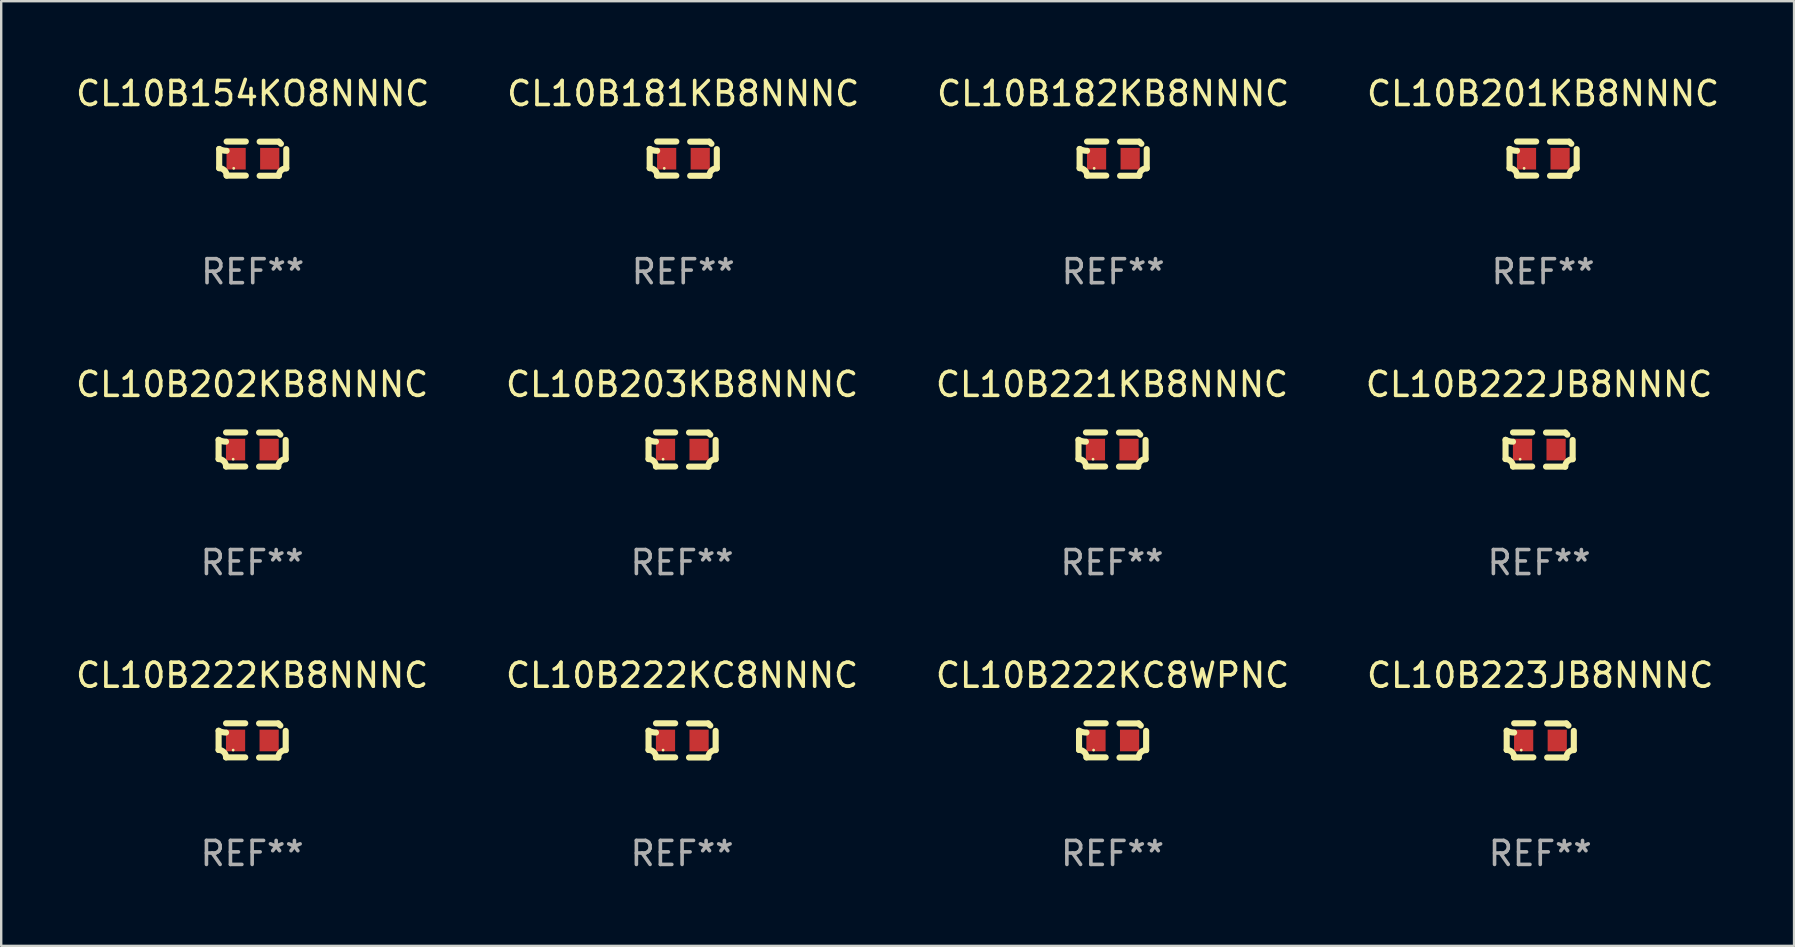
<source format=kicad_pcb>
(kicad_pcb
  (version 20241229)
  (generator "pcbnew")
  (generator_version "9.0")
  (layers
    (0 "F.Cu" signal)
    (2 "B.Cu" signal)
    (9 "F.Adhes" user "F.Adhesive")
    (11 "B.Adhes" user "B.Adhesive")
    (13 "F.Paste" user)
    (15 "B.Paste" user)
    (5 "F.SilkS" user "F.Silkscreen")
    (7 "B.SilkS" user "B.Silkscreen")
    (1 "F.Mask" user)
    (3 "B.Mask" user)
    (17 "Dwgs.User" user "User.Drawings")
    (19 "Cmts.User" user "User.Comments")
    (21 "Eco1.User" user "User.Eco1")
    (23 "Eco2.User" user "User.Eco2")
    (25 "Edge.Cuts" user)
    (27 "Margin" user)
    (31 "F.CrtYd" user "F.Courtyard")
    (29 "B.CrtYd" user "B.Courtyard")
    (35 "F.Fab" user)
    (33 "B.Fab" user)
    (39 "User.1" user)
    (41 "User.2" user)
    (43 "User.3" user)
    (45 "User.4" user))
  (footprint "CL10B222KC8NNNC"
    (layer "F.Cu")
    (at 25.375 27.805)
    (property "Reference" "CL10B222KC8NNNC" (at 0 -2.713 0) (layer "F.SilkS") (effects (font (size 1 1) (thickness 0.15))))
    (attr through_hole)
    (fp_line (start -1.398 -0.403) (end -1.398 0.397) (stroke (width 0.254) (type solid)) (layer "F.SilkS"))
    (fp_line (start -0.288 -0.713) (end -1.088 -0.713) (stroke (width 0.254) (type solid)) (layer "F.SilkS"))
    (fp_line (start -0.288 0.707) (end -1.088 0.707) (stroke (width 0.254) (type solid)) (layer "F.SilkS"))
    (fp_line (start 0.288 -0.707) (end 1.088 -0.707) (stroke (width 0.254) (type solid)) (layer "F.SilkS"))
    (fp_line (start 0.288 0.713) (end 1.088 0.713) (stroke (width 0.254) (type solid)) (layer "F.SilkS"))
    (fp_line (start 1.398 -0.397) (end 1.398 0.403) (stroke (width 0.254) (type solid)) (layer "F.SilkS"))
    (fp_arc (start -1.397789 0.397066) (mid -1.178701 0.487826) (end -1.08796 0.706922) (stroke (width 0.254001) (type solid)) (layer "F.SilkS"))
    (fp_arc (start -1.08796 -0.327176) (mid -1.247436 -0.346384) (end -1.39779 -0.402908) (stroke (width 0.254001) (type solid)) (layer "F.SilkS"))
    (fp_arc (start 1.087909 0.712738) (mid 1.178656 0.493655) (end 1.397739 0.402908) (stroke (width 0.254001) (type solid)) (layer "F.SilkS"))
    (fp_arc (start 1.175925 -0.618926) (mid 1.131917 -0.662923) (end 1.08791 -0.706922) (stroke (width 0.254001) (type solid)) (layer "F.SilkS"))
    (fp_circle (center -0.792 0.403) (end -0.762 0.403) (stroke (width 0.06) (type solid)) (fill no) (layer "F.SilkS"))
    (fp_text user "REF**" (at 0 4.713 0) (layer "F.Fab") (effects (font (size 1 1) (thickness 0.15))))
    (pad "1" smd rect (at -0.692 0.003) (size 0.8 0.9) (layers "F.Cu" "F.Mask" "F.Paste"))
    (pad "2" smd rect (at 0.708 0.003) (size 0.8 0.9) (layers "F.Cu" "F.Mask" "F.Paste")))
  (footprint "CL10B222KB8NNNC"
    (layer "F.Cu")
    (at 7.458 27.805)
    (property "Reference" "CL10B222KB8NNNC" (at 0 -2.713 0) (layer "F.SilkS") (effects (font (size 1 1) (thickness 0.15))))
    (attr through_hole)
    (fp_line (start -1.398 -0.403) (end -1.398 0.397) (stroke (width 0.254) (type solid)) (layer "F.SilkS"))
    (fp_line (start -0.288 -0.713) (end -1.088 -0.713) (stroke (width 0.254) (type solid)) (layer "F.SilkS"))
    (fp_line (start -0.288 0.707) (end -1.088 0.707) (stroke (width 0.254) (type solid)) (layer "F.SilkS"))
    (fp_line (start 0.288 -0.707) (end 1.088 -0.707) (stroke (width 0.254) (type solid)) (layer "F.SilkS"))
    (fp_line (start 0.288 0.713) (end 1.088 0.713) (stroke (width 0.254) (type solid)) (layer "F.SilkS"))
    (fp_line (start 1.398 -0.397) (end 1.398 0.403) (stroke (width 0.254) (type solid)) (layer "F.SilkS"))
    (fp_arc (start -1.397789 0.397066) (mid -1.178701 0.487826) (end -1.08796 0.706922) (stroke (width 0.254001) (type solid)) (layer "F.SilkS"))
    (fp_arc (start -1.08796 -0.327176) (mid -1.247436 -0.346384) (end -1.39779 -0.402908) (stroke (width 0.254001) (type solid)) (layer "F.SilkS"))
    (fp_arc (start 1.087909 0.712738) (mid 1.178656 0.493655) (end 1.397739 0.402908) (stroke (width 0.254001) (type solid)) (layer "F.SilkS"))
    (fp_arc (start 1.175925 -0.618926) (mid 1.131917 -0.662923) (end 1.08791 -0.706922) (stroke (width 0.254001) (type solid)) (layer "F.SilkS"))
    (fp_circle (center -0.792 0.403) (end -0.762 0.403) (stroke (width 0.06) (type solid)) (fill no) (layer "F.SilkS"))
    (fp_text user "REF**" (at 0 4.713 0) (layer "F.Fab") (effects (font (size 1 1) (thickness 0.15))))
    (pad "1" smd rect (at -0.692 0.003) (size 0.8 0.9) (layers "F.Cu" "F.Mask" "F.Paste"))
    (pad "2" smd rect (at 0.708 0.003) (size 0.8 0.9) (layers "F.Cu" "F.Mask" "F.Paste")))
  (footprint "CL10B181KB8NNNC"
    (layer "F.Cu")
    (at 25.423 3.561)
    (property "Reference" "CL10B181KB8NNNC" (at 0 -2.713 0) (layer "F.SilkS") (effects (font (size 1 1) (thickness 0.15))))
    (attr through_hole)
    (fp_line (start -1.398 -0.403) (end -1.398 0.397) (stroke (width 0.254) (type solid)) (layer "F.SilkS"))
    (fp_line (start -0.288 -0.713) (end -1.088 -0.713) (stroke (width 0.254) (type solid)) (layer "F.SilkS"))
    (fp_line (start -0.288 0.707) (end -1.088 0.707) (stroke (width 0.254) (type solid)) (layer "F.SilkS"))
    (fp_line (start 0.288 -0.707) (end 1.088 -0.707) (stroke (width 0.254) (type solid)) (layer "F.SilkS"))
    (fp_line (start 0.288 0.713) (end 1.088 0.713) (stroke (width 0.254) (type solid)) (layer "F.SilkS"))
    (fp_line (start 1.398 -0.397) (end 1.398 0.403) (stroke (width 0.254) (type solid)) (layer "F.SilkS"))
    (fp_arc (start -1.397789 0.397066) (mid -1.178701 0.487826) (end -1.08796 0.706922) (stroke (width 0.254001) (type solid)) (layer "F.SilkS"))
    (fp_arc (start -1.08796 -0.327176) (mid -1.247436 -0.346384) (end -1.39779 -0.402908) (stroke (width 0.254001) (type solid)) (layer "F.SilkS"))
    (fp_arc (start 1.087909 0.712738) (mid 1.178656 0.493655) (end 1.397739 0.402908) (stroke (width 0.254001) (type solid)) (layer "F.SilkS"))
    (fp_arc (start 1.175925 -0.618926) (mid 1.131917 -0.662923) (end 1.08791 -0.706922) (stroke (width 0.254001) (type solid)) (layer "F.SilkS"))
    (fp_circle (center -0.792 0.403) (end -0.762 0.403) (stroke (width 0.06) (type solid)) (fill no) (layer "F.SilkS"))
    (fp_text user "REF**" (at 0 4.713 0) (layer "F.Fab") (effects (font (size 1 1) (thickness 0.15))))
    (pad "1" smd rect (at -0.692 0.003) (size 0.8 0.9) (layers "F.Cu" "F.Mask" "F.Paste"))
    (pad "2" smd rect (at 0.708 0.003) (size 0.8 0.9) (layers "F.Cu" "F.Mask" "F.Paste")))
  (footprint "CL10B222JB8NNNC"
    (layer "F.Cu")
    (at 61.089 15.683)
    (property "Reference" "CL10B222JB8NNNC" (at 0 -2.713 0) (layer "F.SilkS") (effects (font (size 1 1) (thickness 0.15))))
    (attr through_hole)
    (fp_line (start -1.398 -0.403) (end -1.398 0.397) (stroke (width 0.254) (type solid)) (layer "F.SilkS"))
    (fp_line (start -0.288 -0.713) (end -1.088 -0.713) (stroke (width 0.254) (type solid)) (layer "F.SilkS"))
    (fp_line (start -0.288 0.707) (end -1.088 0.707) (stroke (width 0.254) (type solid)) (layer "F.SilkS"))
    (fp_line (start 0.288 -0.707) (end 1.088 -0.707) (stroke (width 0.254) (type solid)) (layer "F.SilkS"))
    (fp_line (start 0.288 0.713) (end 1.088 0.713) (stroke (width 0.254) (type solid)) (layer "F.SilkS"))
    (fp_line (start 1.398 -0.397) (end 1.398 0.403) (stroke (width 0.254) (type solid)) (layer "F.SilkS"))
    (fp_arc (start -1.397789 0.397066) (mid -1.178701 0.487826) (end -1.08796 0.706922) (stroke (width 0.254001) (type solid)) (layer "F.SilkS"))
    (fp_arc (start -1.08796 -0.327176) (mid -1.247436 -0.346384) (end -1.39779 -0.402908) (stroke (width 0.254001) (type solid)) (layer "F.SilkS"))
    (fp_arc (start 1.087909 0.712738) (mid 1.178656 0.493655) (end 1.397739 0.402908) (stroke (width 0.254001) (type solid)) (layer "F.SilkS"))
    (fp_arc (start 1.175925 -0.618926) (mid 1.131917 -0.662923) (end 1.08791 -0.706922) (stroke (width 0.254001) (type solid)) (layer "F.SilkS"))
    (fp_circle (center -0.792 0.403) (end -0.762 0.403) (stroke (width 0.06) (type solid)) (fill no) (layer "F.SilkS"))
    (fp_text user "REF**" (at 0 4.713 0) (layer "F.Fab") (effects (font (size 1 1) (thickness 0.15))))
    (pad "1" smd rect (at -0.692 0.003) (size 0.8 0.9) (layers "F.Cu" "F.Mask" "F.Paste"))
    (pad "2" smd rect (at 0.708 0.003) (size 0.8 0.9) (layers "F.Cu" "F.Mask" "F.Paste")))
  (footprint "CL10B201KB8NNNC"
    (layer "F.Cu")
    (at 61.256 3.561)
    (property "Reference" "CL10B201KB8NNNC" (at 0 -2.713 0) (layer "F.SilkS") (effects (font (size 1 1) (thickness 0.15))))
    (attr through_hole)
    (fp_line (start -1.398 -0.403) (end -1.398 0.397) (stroke (width 0.254) (type solid)) (layer "F.SilkS"))
    (fp_line (start -0.288 -0.713) (end -1.088 -0.713) (stroke (width 0.254) (type solid)) (layer "F.SilkS"))
    (fp_line (start -0.288 0.707) (end -1.088 0.707) (stroke (width 0.254) (type solid)) (layer "F.SilkS"))
    (fp_line (start 0.288 -0.707) (end 1.088 -0.707) (stroke (width 0.254) (type solid)) (layer "F.SilkS"))
    (fp_line (start 0.288 0.713) (end 1.088 0.713) (stroke (width 0.254) (type solid)) (layer "F.SilkS"))
    (fp_line (start 1.398 -0.397) (end 1.398 0.403) (stroke (width 0.254) (type solid)) (layer "F.SilkS"))
    (fp_arc (start -1.397789 0.397066) (mid -1.178701 0.487826) (end -1.08796 0.706922) (stroke (width 0.254001) (type solid)) (layer "F.SilkS"))
    (fp_arc (start -1.08796 -0.327176) (mid -1.247436 -0.346384) (end -1.39779 -0.402908) (stroke (width 0.254001) (type solid)) (layer "F.SilkS"))
    (fp_arc (start 1.087909 0.712738) (mid 1.178656 0.493655) (end 1.397739 0.402908) (stroke (width 0.254001) (type solid)) (layer "F.SilkS"))
    (fp_arc (start 1.175925 -0.618926) (mid 1.131917 -0.662923) (end 1.08791 -0.706922) (stroke (width 0.254001) (type solid)) (layer "F.SilkS"))
    (fp_circle (center -0.792 0.403) (end -0.762 0.403) (stroke (width 0.06) (type solid)) (fill no) (layer "F.SilkS"))
    (fp_text user "REF**" (at 0 4.713 0) (layer "F.Fab") (effects (font (size 1 1) (thickness 0.15))))
    (pad "1" smd rect (at -0.692 0.003) (size 0.8 0.9) (layers "F.Cu" "F.Mask" "F.Paste"))
    (pad "2" smd rect (at 0.708 0.003) (size 0.8 0.9) (layers "F.Cu" "F.Mask" "F.Paste")))
  (footprint "CL10B203KB8NNNC"
    (layer "F.Cu")
    (at 25.375 15.683)
    (property "Reference" "CL10B203KB8NNNC" (at 0 -2.713 0) (layer "F.SilkS") (effects (font (size 1 1) (thickness 0.15))))
    (attr through_hole)
    (fp_line (start -1.398 -0.403) (end -1.398 0.397) (stroke (width 0.254) (type solid)) (layer "F.SilkS"))
    (fp_line (start -0.288 -0.713) (end -1.088 -0.713) (stroke (width 0.254) (type solid)) (layer "F.SilkS"))
    (fp_line (start -0.288 0.707) (end -1.088 0.707) (stroke (width 0.254) (type solid)) (layer "F.SilkS"))
    (fp_line (start 0.288 -0.707) (end 1.088 -0.707) (stroke (width 0.254) (type solid)) (layer "F.SilkS"))
    (fp_line (start 0.288 0.713) (end 1.088 0.713) (stroke (width 0.254) (type solid)) (layer "F.SilkS"))
    (fp_line (start 1.398 -0.397) (end 1.398 0.403) (stroke (width 0.254) (type solid)) (layer "F.SilkS"))
    (fp_arc (start -1.397789 0.397066) (mid -1.178701 0.487826) (end -1.08796 0.706922) (stroke (width 0.254001) (type solid)) (layer "F.SilkS"))
    (fp_arc (start -1.08796 -0.327176) (mid -1.247436 -0.346384) (end -1.39779 -0.402908) (stroke (width 0.254001) (type solid)) (layer "F.SilkS"))
    (fp_arc (start 1.087909 0.712738) (mid 1.178656 0.493655) (end 1.397739 0.402908) (stroke (width 0.254001) (type solid)) (layer "F.SilkS"))
    (fp_arc (start 1.175925 -0.618926) (mid 1.131917 -0.662923) (end 1.08791 -0.706922) (stroke (width 0.254001) (type solid)) (layer "F.SilkS"))
    (fp_circle (center -0.792 0.403) (end -0.762 0.403) (stroke (width 0.06) (type solid)) (fill no) (layer "F.SilkS"))
    (fp_text user "REF**" (at 0 4.713 0) (layer "F.Fab") (effects (font (size 1 1) (thickness 0.15))))
    (pad "1" smd rect (at -0.692 0.003) (size 0.8 0.9) (layers "F.Cu" "F.Mask" "F.Paste"))
    (pad "2" smd rect (at 0.708 0.003) (size 0.8 0.9) (layers "F.Cu" "F.Mask" "F.Paste")))
  (footprint "CL10B182KB8NNNC"
    (layer "F.Cu")
    (at 43.339 3.561)
    (property "Reference" "CL10B182KB8NNNC" (at 0 -2.713 0) (layer "F.SilkS") (effects (font (size 1 1) (thickness 0.15))))
    (attr through_hole)
    (fp_line (start -1.398 -0.403) (end -1.398 0.397) (stroke (width 0.254) (type solid)) (layer "F.SilkS"))
    (fp_line (start -0.288 -0.713) (end -1.088 -0.713) (stroke (width 0.254) (type solid)) (layer "F.SilkS"))
    (fp_line (start -0.288 0.707) (end -1.088 0.707) (stroke (width 0.254) (type solid)) (layer "F.SilkS"))
    (fp_line (start 0.288 -0.707) (end 1.088 -0.707) (stroke (width 0.254) (type solid)) (layer "F.SilkS"))
    (fp_line (start 0.288 0.713) (end 1.088 0.713) (stroke (width 0.254) (type solid)) (layer "F.SilkS"))
    (fp_line (start 1.398 -0.397) (end 1.398 0.403) (stroke (width 0.254) (type solid)) (layer "F.SilkS"))
    (fp_arc (start -1.397789 0.397066) (mid -1.178701 0.487826) (end -1.08796 0.706922) (stroke (width 0.254001) (type solid)) (layer "F.SilkS"))
    (fp_arc (start -1.08796 -0.327176) (mid -1.247436 -0.346384) (end -1.39779 -0.402908) (stroke (width 0.254001) (type solid)) (layer "F.SilkS"))
    (fp_arc (start 1.087909 0.712738) (mid 1.178656 0.493655) (end 1.397739 0.402908) (stroke (width 0.254001) (type solid)) (layer "F.SilkS"))
    (fp_arc (start 1.175925 -0.618926) (mid 1.131917 -0.662923) (end 1.08791 -0.706922) (stroke (width 0.254001) (type solid)) (layer "F.SilkS"))
    (fp_circle (center -0.792 0.403) (end -0.762 0.403) (stroke (width 0.06) (type solid)) (fill no) (layer "F.SilkS"))
    (fp_text user "REF**" (at 0 4.713 0) (layer "F.Fab") (effects (font (size 1 1) (thickness 0.15))))
    (pad "1" smd rect (at -0.692 0.003) (size 0.8 0.9) (layers "F.Cu" "F.Mask" "F.Paste"))
    (pad "2" smd rect (at 0.708 0.003) (size 0.8 0.9) (layers "F.Cu" "F.Mask" "F.Paste")))
  (footprint "CL10B154KO8NNNC"
    (layer "F.Cu")
    (at 7.482 3.561)
    (property "Reference" "CL10B154KO8NNNC" (at 0 -2.713 0) (layer "F.SilkS") (effects (font (size 1 1) (thickness 0.15))))
    (attr through_hole)
    (fp_line (start -1.398 -0.403) (end -1.398 0.397) (stroke (width 0.254) (type solid)) (layer "F.SilkS"))
    (fp_line (start -0.288 -0.713) (end -1.088 -0.713) (stroke (width 0.254) (type solid)) (layer "F.SilkS"))
    (fp_line (start -0.288 0.707) (end -1.088 0.707) (stroke (width 0.254) (type solid)) (layer "F.SilkS"))
    (fp_line (start 0.288 -0.707) (end 1.088 -0.707) (stroke (width 0.254) (type solid)) (layer "F.SilkS"))
    (fp_line (start 0.288 0.713) (end 1.088 0.713) (stroke (width 0.254) (type solid)) (layer "F.SilkS"))
    (fp_line (start 1.398 -0.397) (end 1.398 0.403) (stroke (width 0.254) (type solid)) (layer "F.SilkS"))
    (fp_arc (start -1.397789 0.397066) (mid -1.178701 0.487826) (end -1.08796 0.706922) (stroke (width 0.254001) (type solid)) (layer "F.SilkS"))
    (fp_arc (start -1.08796 -0.327176) (mid -1.247436 -0.346384) (end -1.39779 -0.402908) (stroke (width 0.254001) (type solid)) (layer "F.SilkS"))
    (fp_arc (start 1.087909 0.712738) (mid 1.178656 0.493655) (end 1.397739 0.402908) (stroke (width 0.254001) (type solid)) (layer "F.SilkS"))
    (fp_arc (start 1.175925 -0.618926) (mid 1.131917 -0.662923) (end 1.08791 -0.706922) (stroke (width 0.254001) (type solid)) (layer "F.SilkS"))
    (fp_circle (center -0.792 0.403) (end -0.762 0.403) (stroke (width 0.06) (type solid)) (fill no) (layer "F.SilkS"))
    (fp_text user "REF**" (at 0 4.713 0) (layer "F.Fab") (effects (font (size 1 1) (thickness 0.15))))
    (pad "1" smd rect (at -0.692 0.003) (size 0.8 0.9) (layers "F.Cu" "F.Mask" "F.Paste"))
    (pad "2" smd rect (at 0.708 0.003) (size 0.8 0.9) (layers "F.Cu" "F.Mask" "F.Paste")))
  (footprint "CL10B202KB8NNNC"
    (layer "F.Cu")
    (at 7.458 15.683)
    (property "Reference" "CL10B202KB8NNNC" (at 0 -2.713 0) (layer "F.SilkS") (effects (font (size 1 1) (thickness 0.15))))
    (attr through_hole)
    (fp_line (start -1.398 -0.403) (end -1.398 0.397) (stroke (width 0.254) (type solid)) (layer "F.SilkS"))
    (fp_line (start -0.288 -0.713) (end -1.088 -0.713) (stroke (width 0.254) (type solid)) (layer "F.SilkS"))
    (fp_line (start -0.288 0.707) (end -1.088 0.707) (stroke (width 0.254) (type solid)) (layer "F.SilkS"))
    (fp_line (start 0.288 -0.707) (end 1.088 -0.707) (stroke (width 0.254) (type solid)) (layer "F.SilkS"))
    (fp_line (start 0.288 0.713) (end 1.088 0.713) (stroke (width 0.254) (type solid)) (layer "F.SilkS"))
    (fp_line (start 1.398 -0.397) (end 1.398 0.403) (stroke (width 0.254) (type solid)) (layer "F.SilkS"))
    (fp_arc (start -1.397789 0.397066) (mid -1.178701 0.487826) (end -1.08796 0.706922) (stroke (width 0.254001) (type solid)) (layer "F.SilkS"))
    (fp_arc (start -1.08796 -0.327176) (mid -1.247436 -0.346384) (end -1.39779 -0.402908) (stroke (width 0.254001) (type solid)) (layer "F.SilkS"))
    (fp_arc (start 1.087909 0.712738) (mid 1.178656 0.493655) (end 1.397739 0.402908) (stroke (width 0.254001) (type solid)) (layer "F.SilkS"))
    (fp_arc (start 1.175925 -0.618926) (mid 1.131917 -0.662923) (end 1.08791 -0.706922) (stroke (width 0.254001) (type solid)) (layer "F.SilkS"))
    (fp_circle (center -0.792 0.403) (end -0.762 0.403) (stroke (width 0.06) (type solid)) (fill no) (layer "F.SilkS"))
    (fp_text user "REF**" (at 0 4.713 0) (layer "F.Fab") (effects (font (size 1 1) (thickness 0.15))))
    (pad "1" smd rect (at -0.692 0.003) (size 0.8 0.9) (layers "F.Cu" "F.Mask" "F.Paste"))
    (pad "2" smd rect (at 0.708 0.003) (size 0.8 0.9) (layers "F.Cu" "F.Mask" "F.Paste")))
  (footprint "CL10B223JB8NNNC"
    (layer "F.Cu")
    (at 61.137 27.805)
    (property "Reference" "CL10B223JB8NNNC" (at 0 -2.713 0) (layer "F.SilkS") (effects (font (size 1 1) (thickness 0.15))))
    (attr through_hole)
    (fp_line (start -1.398 -0.403) (end -1.398 0.397) (stroke (width 0.254) (type solid)) (layer "F.SilkS"))
    (fp_line (start -0.288 -0.713) (end -1.088 -0.713) (stroke (width 0.254) (type solid)) (layer "F.SilkS"))
    (fp_line (start -0.288 0.707) (end -1.088 0.707) (stroke (width 0.254) (type solid)) (layer "F.SilkS"))
    (fp_line (start 0.288 -0.707) (end 1.088 -0.707) (stroke (width 0.254) (type solid)) (layer "F.SilkS"))
    (fp_line (start 0.288 0.713) (end 1.088 0.713) (stroke (width 0.254) (type solid)) (layer "F.SilkS"))
    (fp_line (start 1.398 -0.397) (end 1.398 0.403) (stroke (width 0.254) (type solid)) (layer "F.SilkS"))
    (fp_arc (start -1.397789 0.397066) (mid -1.178701 0.487826) (end -1.08796 0.706922) (stroke (width 0.254001) (type solid)) (layer "F.SilkS"))
    (fp_arc (start -1.08796 -0.327176) (mid -1.247436 -0.346384) (end -1.39779 -0.402908) (stroke (width 0.254001) (type solid)) (layer "F.SilkS"))
    (fp_arc (start 1.087909 0.712738) (mid 1.178656 0.493655) (end 1.397739 0.402908) (stroke (width 0.254001) (type solid)) (layer "F.SilkS"))
    (fp_arc (start 1.175925 -0.618926) (mid 1.131917 -0.662923) (end 1.08791 -0.706922) (stroke (width 0.254001) (type solid)) (layer "F.SilkS"))
    (fp_circle (center -0.792 0.403) (end -0.762 0.403) (stroke (width 0.06) (type solid)) (fill no) (layer "F.SilkS"))
    (fp_text user "REF**" (at 0 4.713 0) (layer "F.Fab") (effects (font (size 1 1) (thickness 0.15))))
    (pad "1" smd rect (at -0.692 0.003) (size 0.8 0.9) (layers "F.Cu" "F.Mask" "F.Paste"))
    (pad "2" smd rect (at 0.708 0.003) (size 0.8 0.9) (layers "F.Cu" "F.Mask" "F.Paste")))
  (footprint "CL10B221KB8NNNC"
    (layer "F.Cu")
    (at 43.292 15.683)
    (property "Reference" "CL10B221KB8NNNC" (at 0 -2.713 0) (layer "F.SilkS") (effects (font (size 1 1) (thickness 0.15))))
    (attr through_hole)
    (fp_line (start -1.398 -0.403) (end -1.398 0.397) (stroke (width 0.254) (type solid)) (layer "F.SilkS"))
    (fp_line (start -0.288 -0.713) (end -1.088 -0.713) (stroke (width 0.254) (type solid)) (layer "F.SilkS"))
    (fp_line (start -0.288 0.707) (end -1.088 0.707) (stroke (width 0.254) (type solid)) (layer "F.SilkS"))
    (fp_line (start 0.288 -0.707) (end 1.088 -0.707) (stroke (width 0.254) (type solid)) (layer "F.SilkS"))
    (fp_line (start 0.288 0.713) (end 1.088 0.713) (stroke (width 0.254) (type solid)) (layer "F.SilkS"))
    (fp_line (start 1.398 -0.397) (end 1.398 0.403) (stroke (width 0.254) (type solid)) (layer "F.SilkS"))
    (fp_arc (start -1.397789 0.397066) (mid -1.178701 0.487826) (end -1.08796 0.706922) (stroke (width 0.254001) (type solid)) (layer "F.SilkS"))
    (fp_arc (start -1.08796 -0.327176) (mid -1.247436 -0.346384) (end -1.39779 -0.402908) (stroke (width 0.254001) (type solid)) (layer "F.SilkS"))
    (fp_arc (start 1.087909 0.712738) (mid 1.178656 0.493655) (end 1.397739 0.402908) (stroke (width 0.254001) (type solid)) (layer "F.SilkS"))
    (fp_arc (start 1.175925 -0.618926) (mid 1.131917 -0.662923) (end 1.08791 -0.706922) (stroke (width 0.254001) (type solid)) (layer "F.SilkS"))
    (fp_circle (center -0.792 0.403) (end -0.762 0.403) (stroke (width 0.06) (type solid)) (fill no) (layer "F.SilkS"))
    (fp_text user "REF**" (at 0 4.713 0) (layer "F.Fab") (effects (font (size 1 1) (thickness 0.15))))
    (pad "1" smd rect (at -0.692 0.003) (size 0.8 0.9) (layers "F.Cu" "F.Mask" "F.Paste"))
    (pad "2" smd rect (at 0.708 0.003) (size 0.8 0.9) (layers "F.Cu" "F.Mask" "F.Paste")))
  (footprint "CL10B222KC8WPNC"
    (layer "F.Cu")
    (at 43.315 27.805)
    (property "Reference" "CL10B222KC8WPNC" (at 0 -2.713 0) (layer "F.SilkS") (effects (font (size 1 1) (thickness 0.15))))
    (attr through_hole)
    (fp_line (start -1.398 -0.403) (end -1.398 0.397) (stroke (width 0.254) (type solid)) (layer "F.SilkS"))
    (fp_line (start -0.288 -0.713) (end -1.088 -0.713) (stroke (width 0.254) (type solid)) (layer "F.SilkS"))
    (fp_line (start -0.288 0.707) (end -1.088 0.707) (stroke (width 0.254) (type solid)) (layer "F.SilkS"))
    (fp_line (start 0.288 -0.707) (end 1.088 -0.707) (stroke (width 0.254) (type solid)) (layer "F.SilkS"))
    (fp_line (start 0.288 0.713) (end 1.088 0.713) (stroke (width 0.254) (type solid)) (layer "F.SilkS"))
    (fp_line (start 1.398 -0.397) (end 1.398 0.403) (stroke (width 0.254) (type solid)) (layer "F.SilkS"))
    (fp_arc (start -1.397789 0.397066) (mid -1.178701 0.487826) (end -1.08796 0.706922) (stroke (width 0.254001) (type solid)) (layer "F.SilkS"))
    (fp_arc (start -1.08796 -0.327176) (mid -1.247436 -0.346384) (end -1.39779 -0.402908) (stroke (width 0.254001) (type solid)) (layer "F.SilkS"))
    (fp_arc (start 1.087909 0.712738) (mid 1.178656 0.493655) (end 1.397739 0.402908) (stroke (width 0.254001) (type solid)) (layer "F.SilkS"))
    (fp_arc (start 1.175925 -0.618926) (mid 1.131917 -0.662923) (end 1.08791 -0.706922) (stroke (width 0.254001) (type solid)) (layer "F.SilkS"))
    (fp_circle (center -0.792 0.403) (end -0.762 0.403) (stroke (width 0.06) (type solid)) (fill no) (layer "F.SilkS"))
    (fp_text user "REF**" (at 0 4.713 0) (layer "F.Fab") (effects (font (size 1 1) (thickness 0.15))))
    (pad "1" smd rect (at -0.692 0.003) (size 0.8 0.9) (layers "F.Cu" "F.Mask" "F.Paste"))
    (pad "2" smd rect (at 0.708 0.003) (size 0.8 0.9) (layers "F.Cu" "F.Mask" "F.Paste")))
  (gr_rect
    (start -3 -3)
    (end 71.714 36.366)
    (stroke (width 0.1) (type default))
    (fill no)
    (layer "Edge.Cuts")))
</source>
